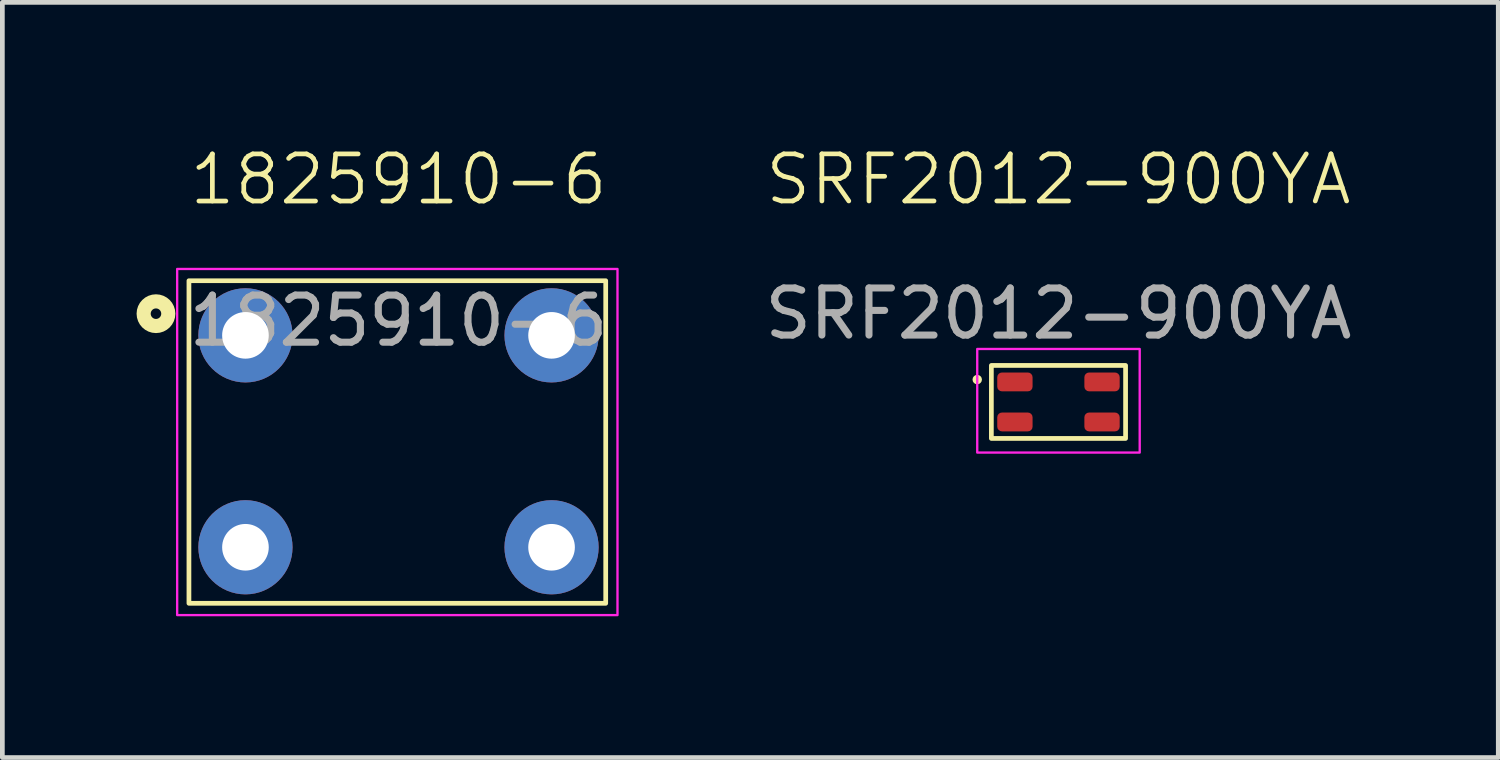
<source format=kicad_pcb>
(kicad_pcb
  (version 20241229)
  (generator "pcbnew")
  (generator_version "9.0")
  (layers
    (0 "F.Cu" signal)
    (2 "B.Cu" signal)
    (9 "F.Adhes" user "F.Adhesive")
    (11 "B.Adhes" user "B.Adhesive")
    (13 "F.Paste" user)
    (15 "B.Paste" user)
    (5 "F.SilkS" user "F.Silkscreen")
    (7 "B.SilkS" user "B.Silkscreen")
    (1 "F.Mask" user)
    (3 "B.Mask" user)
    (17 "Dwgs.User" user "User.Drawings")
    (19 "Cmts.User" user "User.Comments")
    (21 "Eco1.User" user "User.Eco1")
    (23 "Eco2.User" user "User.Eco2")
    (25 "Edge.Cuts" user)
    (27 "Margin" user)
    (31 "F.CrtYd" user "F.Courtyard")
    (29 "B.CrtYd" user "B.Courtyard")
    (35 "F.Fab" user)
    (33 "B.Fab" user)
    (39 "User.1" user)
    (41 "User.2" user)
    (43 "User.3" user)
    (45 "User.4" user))
  (footprint "1825910-6"
    (layer "F.Cu")
    (at 5.412 6.311)
    (property "Reference" "1825910-6" (at 0 -5.55 0) (unlocked yes) (layer "F.SilkS") (effects (font (size 1 1) (thickness 0.1))))
    (attr smd)
    (fp_rect (start -4.45 -3.4) (end 4.4 3.45) (stroke (width 0.1) (type default)) (fill no) (layer "F.SilkS"))
    (fp_circle (center -5.15 -2.7) (end -5.05 -2.65) (stroke (width 0.3) (type solid)) (fill no) (layer "F.SilkS"))
    (fp_rect (start -4.7 -3.65) (end 4.65 3.7) (stroke (width 0.05) (type default)) (fill no) (layer "F.CrtYd"))
    (fp_text user "${REFERENCE}" (at 0 -2.55 0) (unlocked yes) (layer "F.Fab") (effects (font (size 1 1) (thickness 0.15))))
    (pad "1" thru_hole circle (at -3.25 -2.24) (size 2 2) (drill 0.99) (layers "*.Cu" "*.Mask"))
    (pad "2" thru_hole circle (at 3.25 -2.24) (size 2 2) (drill 0.99) (layers "*.Cu" "*.Mask"))
    (pad "3" thru_hole circle (at -3.25 2.26) (size 2 2) (drill 0.99) (layers "*.Cu" "*.Mask"))
    (pad "4" thru_hole circle (at 3.25 2.26) (size 2 2) (drill 0.99) (layers "*.Cu" "*.Mask")))
  (footprint "SRF2012-900YA"
    (layer "F.Cu")
    (at 19.451 5.41)
    (property "Reference" "SRF2012-900YA" (at -0.025 -4.65 0) (unlocked yes) (layer "F.SilkS") (effects (font (size 1 1) (thickness 0.1))))
    (attr smd)
    (fp_rect (start -1.45 -0.7) (end 1.4 0.85) (stroke (width 0.1) (type solid)) (fill no) (layer "F.SilkS"))
    (fp_circle (center -1.75 -0.4) (end -1.7 -0.4) (stroke (width 0.1) (type default)) (fill no) (layer "F.SilkS"))
    (fp_rect (start -1.75 -1.05) (end 1.7 1.15) (stroke (width 0.05) (type default)) (fill no) (layer "F.CrtYd"))
    (fp_text user "${REFERENCE}" (at -0.025 -1.8 0) (unlocked yes) (layer "F.Fab") (effects (font (size 1 1) (thickness 0.15))))
    (pad "1" smd roundrect (at -0.95 0.5) (size 0.75 0.4) (layers "F.Cu" "F.Mask" "F.Paste") (roundrect_rratio 0.25))
    (pad "2" smd roundrect (at 0.9 0.5) (size 0.75 0.4) (layers "F.Cu" "F.Mask" "F.Paste") (roundrect_rratio 0.25))
    (pad "3" smd roundrect (at 0.9 -0.35) (size 0.75 0.4) (layers "F.Cu" "F.Mask" "F.Paste") (roundrect_rratio 0.25))
    (pad "4" smd roundrect (at -0.95 -0.35) (size 0.75 0.4) (layers "F.Cu" "F.Mask" "F.Paste") (roundrect_rratio 0.25)))
  (gr_rect
    (start -3 -3)
    (end 28.765 13.036)
    (stroke (width 0.1) (type default))
    (fill no)
    (layer "Edge.Cuts")))
</source>
